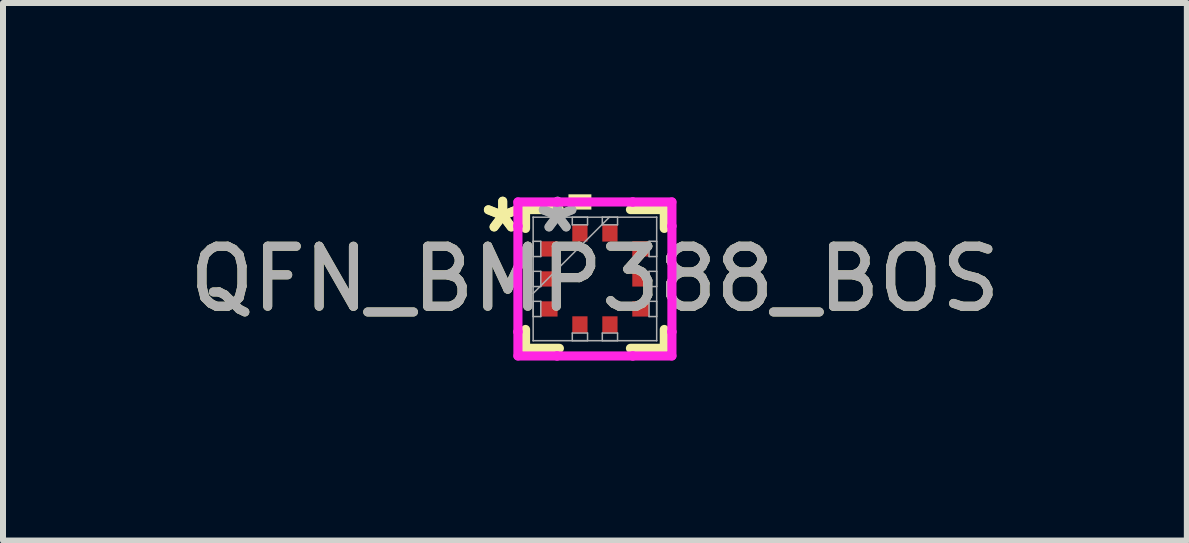
<source format=kicad_pcb>
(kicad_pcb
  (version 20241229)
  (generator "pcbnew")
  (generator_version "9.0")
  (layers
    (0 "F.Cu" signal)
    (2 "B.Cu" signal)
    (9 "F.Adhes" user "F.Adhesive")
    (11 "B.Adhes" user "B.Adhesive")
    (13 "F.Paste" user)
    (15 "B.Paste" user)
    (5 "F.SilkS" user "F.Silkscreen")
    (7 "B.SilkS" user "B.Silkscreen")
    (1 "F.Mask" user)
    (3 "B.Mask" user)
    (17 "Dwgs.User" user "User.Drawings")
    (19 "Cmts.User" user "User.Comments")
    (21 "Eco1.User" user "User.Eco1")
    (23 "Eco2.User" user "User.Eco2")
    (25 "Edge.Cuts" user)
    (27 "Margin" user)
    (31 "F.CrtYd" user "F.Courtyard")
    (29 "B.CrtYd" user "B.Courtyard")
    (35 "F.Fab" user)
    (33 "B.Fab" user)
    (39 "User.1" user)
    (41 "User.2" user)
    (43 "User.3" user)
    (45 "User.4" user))
  (footprint "QFN_BMP388_BOS"
    (layer "F.Cu")
    (at 6.863 1.598)
    (property "Reference" "QFN_BMP388_BOS" (at 0 0 0) (unlocked yes) (layer "F.SilkS") (effects (font (size 1 1) (thickness 0.15))))
    (attr smd)
    (fp_line (start -1.156 -1.156) (end -1.156 -0.842) (stroke (width 0.152) (type solid)) (layer "F.SilkS"))
    (fp_line (start -1.156 0.842) (end -1.156 1.156) (stroke (width 0.152) (type solid)) (layer "F.SilkS"))
    (fp_line (start -1.156 1.156) (end -0.592 1.156) (stroke (width 0.152) (type solid)) (layer "F.SilkS"))
    (fp_line (start -0.592 -1.156) (end -1.156 -1.156) (stroke (width 0.152) (type solid)) (layer "F.SilkS"))
    (fp_line (start 0.592 1.156) (end 1.156 1.156) (stroke (width 0.152) (type solid)) (layer "F.SilkS"))
    (fp_line (start 1.156 -1.156) (end 0.592 -1.156) (stroke (width 0.152) (type solid)) (layer "F.SilkS"))
    (fp_line (start 1.156 -0.842) (end 1.156 -1.156) (stroke (width 0.152) (type solid)) (layer "F.SilkS"))
    (fp_line (start 1.156 1.156) (end 1.156 0.842) (stroke (width 0.152) (type solid)) (layer "F.SilkS"))
    (fp_poly (pts (xy -0.441 -1.156) (xy -0.441 -1.41) (xy -0.059 -1.41) (xy -0.059 -1.156)) (stroke (width 0) (type solid)) (fill yes) (layer "F.SilkS"))
    (fp_line (start -1.283 -1.283) (end -0.631 -1.283) (stroke (width 0.152) (type solid)) (layer "F.CrtYd"))
    (fp_line (start -1.283 -0.881) (end -1.283 -1.283) (stroke (width 0.152) (type solid)) (layer "F.CrtYd"))
    (fp_line (start -1.283 -0.881) (end -1.283 -0.881) (stroke (width 0.152) (type solid)) (layer "F.CrtYd"))
    (fp_line (start -1.283 0.881) (end -1.283 -0.881) (stroke (width 0.152) (type solid)) (layer "F.CrtYd"))
    (fp_line (start -1.283 0.881) (end -1.283 0.881) (stroke (width 0.152) (type solid)) (layer "F.CrtYd"))
    (fp_line (start -1.283 1.283) (end -1.283 0.881) (stroke (width 0.152) (type solid)) (layer "F.CrtYd"))
    (fp_line (start -0.631 -1.283) (end -0.631 -1.283) (stroke (width 0.152) (type solid)) (layer "F.CrtYd"))
    (fp_line (start -0.631 -1.283) (end 0.631 -1.283) (stroke (width 0.152) (type solid)) (layer "F.CrtYd"))
    (fp_line (start -0.631 1.283) (end -1.283 1.283) (stroke (width 0.152) (type solid)) (layer "F.CrtYd"))
    (fp_line (start -0.631 1.283) (end -0.631 1.283) (stroke (width 0.152) (type solid)) (layer "F.CrtYd"))
    (fp_line (start 0.631 -1.283) (end 0.631 -1.283) (stroke (width 0.152) (type solid)) (layer "F.CrtYd"))
    (fp_line (start 0.631 -1.283) (end 1.283 -1.283) (stroke (width 0.152) (type solid)) (layer "F.CrtYd"))
    (fp_line (start 0.631 1.283) (end -0.631 1.283) (stroke (width 0.152) (type solid)) (layer "F.CrtYd"))
    (fp_line (start 0.631 1.283) (end 0.631 1.283) (stroke (width 0.152) (type solid)) (layer "F.CrtYd"))
    (fp_line (start 1.283 -1.283) (end 1.283 -0.881) (stroke (width 0.152) (type solid)) (layer "F.CrtYd"))
    (fp_line (start 1.283 -0.881) (end 1.283 -0.881) (stroke (width 0.152) (type solid)) (layer "F.CrtYd"))
    (fp_line (start 1.283 -0.881) (end 1.283 0.881) (stroke (width 0.152) (type solid)) (layer "F.CrtYd"))
    (fp_line (start 1.283 0.881) (end 1.283 0.881) (stroke (width 0.152) (type solid)) (layer "F.CrtYd"))
    (fp_line (start 1.283 0.881) (end 1.283 1.283) (stroke (width 0.152) (type solid)) (layer "F.CrtYd"))
    (fp_line (start 1.283 1.283) (end 0.631 1.283) (stroke (width 0.152) (type solid)) (layer "F.CrtYd"))
    (fp_line (start -1.029 -1.029) (end -1.029 -1.029) (stroke (width 0.025) (type solid)) (layer "F.Fab"))
    (fp_line (start -1.029 -1.029) (end -1.029 1.029) (stroke (width 0.025) (type solid)) (layer "F.Fab"))
    (fp_line (start -1.029 -0.627) (end -0.902 -0.627) (stroke (width 0.025) (type solid)) (layer "F.Fab"))
    (fp_line (start -1.029 -0.373) (end -1.029 -0.627) (stroke (width 0.025) (type solid)) (layer "F.Fab"))
    (fp_line (start -1.029 -0.127) (end -0.902 -0.127) (stroke (width 0.025) (type solid)) (layer "F.Fab"))
    (fp_line (start -1.029 0.127) (end -1.029 -0.127) (stroke (width 0.025) (type solid)) (layer "F.Fab"))
    (fp_line (start -1.029 0.241) (end 0.241 -1.029) (stroke (width 0.025) (type solid)) (layer "F.Fab"))
    (fp_line (start -1.029 0.373) (end -0.902 0.373) (stroke (width 0.025) (type solid)) (layer "F.Fab"))
    (fp_line (start -1.029 0.627) (end -1.029 0.373) (stroke (width 0.025) (type solid)) (layer "F.Fab"))
    (fp_line (start -1.029 1.029) (end -1.029 1.029) (stroke (width 0.025) (type solid)) (layer "F.Fab"))
    (fp_line (start -1.029 1.029) (end 1.029 1.029) (stroke (width 0.025) (type solid)) (layer "F.Fab"))
    (fp_line (start -0.902 -0.627) (end -0.902 -0.373) (stroke (width 0.025) (type solid)) (layer "F.Fab"))
    (fp_line (start -0.902 -0.373) (end -1.029 -0.373) (stroke (width 0.025) (type solid)) (layer "F.Fab"))
    (fp_line (start -0.902 -0.127) (end -0.902 0.127) (stroke (width 0.025) (type solid)) (layer "F.Fab"))
    (fp_line (start -0.902 0.127) (end -1.029 0.127) (stroke (width 0.025) (type solid)) (layer "F.Fab"))
    (fp_line (start -0.902 0.373) (end -0.902 0.627) (stroke (width 0.025) (type solid)) (layer "F.Fab"))
    (fp_line (start -0.902 0.627) (end -1.029 0.627) (stroke (width 0.025) (type solid)) (layer "F.Fab"))
    (fp_line (start -0.377 -1.029) (end -0.123 -1.029) (stroke (width 0.025) (type solid)) (layer "F.Fab"))
    (fp_line (start -0.377 -0.902) (end -0.377 -1.029) (stroke (width 0.025) (type solid)) (layer "F.Fab"))
    (fp_line (start -0.377 0.902) (end -0.123 0.902) (stroke (width 0.025) (type solid)) (layer "F.Fab"))
    (fp_line (start -0.377 1.029) (end -0.377 0.902) (stroke (width 0.025) (type solid)) (layer "F.Fab"))
    (fp_line (start -0.123 -1.029) (end -0.123 -0.902) (stroke (width 0.025) (type solid)) (layer "F.Fab"))
    (fp_line (start -0.123 -0.902) (end -0.377 -0.902) (stroke (width 0.025) (type solid)) (layer "F.Fab"))
    (fp_line (start -0.123 0.902) (end -0.123 1.029) (stroke (width 0.025) (type solid)) (layer "F.Fab"))
    (fp_line (start -0.123 1.029) (end -0.377 1.029) (stroke (width 0.025) (type solid)) (layer "F.Fab"))
    (fp_line (start 0.123 -1.029) (end 0.377 -1.029) (stroke (width 0.025) (type solid)) (layer "F.Fab"))
    (fp_line (start 0.123 -0.902) (end 0.123 -1.029) (stroke (width 0.025) (type solid)) (layer "F.Fab"))
    (fp_line (start 0.123 0.902) (end 0.377 0.902) (stroke (width 0.025) (type solid)) (layer "F.Fab"))
    (fp_line (start 0.123 1.029) (end 0.123 0.902) (stroke (width 0.025) (type solid)) (layer "F.Fab"))
    (fp_line (start 0.377 -1.029) (end 0.377 -0.902) (stroke (width 0.025) (type solid)) (layer "F.Fab"))
    (fp_line (start 0.377 -0.902) (end 0.123 -0.902) (stroke (width 0.025) (type solid)) (layer "F.Fab"))
    (fp_line (start 0.377 0.902) (end 0.377 1.029) (stroke (width 0.025) (type solid)) (layer "F.Fab"))
    (fp_line (start 0.377 1.029) (end 0.123 1.029) (stroke (width 0.025) (type solid)) (layer "F.Fab"))
    (fp_line (start 0.902 -0.627) (end 1.029 -0.627) (stroke (width 0.025) (type solid)) (layer "F.Fab"))
    (fp_line (start 0.902 -0.373) (end 0.902 -0.627) (stroke (width 0.025) (type solid)) (layer "F.Fab"))
    (fp_line (start 0.902 -0.127) (end 1.029 -0.127) (stroke (width 0.025) (type solid)) (layer "F.Fab"))
    (fp_line (start 0.902 0.127) (end 0.902 -0.127) (stroke (width 0.025) (type solid)) (layer "F.Fab"))
    (fp_line (start 0.902 0.373) (end 1.029 0.373) (stroke (width 0.025) (type solid)) (layer "F.Fab"))
    (fp_line (start 0.902 0.627) (end 0.902 0.373) (stroke (width 0.025) (type solid)) (layer "F.Fab"))
    (fp_line (start 1.029 -1.029) (end -1.029 -1.029) (stroke (width 0.025) (type solid)) (layer "F.Fab"))
    (fp_line (start 1.029 -1.029) (end 1.029 -1.029) (stroke (width 0.025) (type solid)) (layer "F.Fab"))
    (fp_line (start 1.029 -0.627) (end 1.029 -0.373) (stroke (width 0.025) (type solid)) (layer "F.Fab"))
    (fp_line (start 1.029 -0.373) (end 0.902 -0.373) (stroke (width 0.025) (type solid)) (layer "F.Fab"))
    (fp_line (start 1.029 -0.127) (end 1.029 0.127) (stroke (width 0.025) (type solid)) (layer "F.Fab"))
    (fp_line (start 1.029 0.127) (end 0.902 0.127) (stroke (width 0.025) (type solid)) (layer "F.Fab"))
    (fp_line (start 1.029 0.373) (end 1.029 0.627) (stroke (width 0.025) (type solid)) (layer "F.Fab"))
    (fp_line (start 1.029 0.627) (end 0.902 0.627) (stroke (width 0.025) (type solid)) (layer "F.Fab"))
    (fp_line (start 1.029 1.029) (end 1.029 -1.029) (stroke (width 0.025) (type solid)) (layer "F.Fab"))
    (fp_line (start 1.029 1.029) (end 1.029 1.029) (stroke (width 0.025) (type solid)) (layer "F.Fab"))
    (fp_text user "*" (at -1.537 -0.75 0) (unlocked yes) (layer "F.SilkS") (effects (font (size 1 1) (thickness 0.15))))
    (fp_text user "*" (at -1.537 -0.75 0) (layer "F.SilkS") (effects (font (size 1 1) (thickness 0.15))))
    (fp_text user "*" (at -0.622 -0.75 0) (layer "F.Fab") (effects (font (size 1 1) (thickness 0.15))))
    (fp_text user "*" (at -0.622 -0.75 0) (unlocked yes) (layer "F.Fab") (effects (font (size 1 1) (thickness 0.15))))
    (fp_text user "${REFERENCE}" (at 0 0 0) (unlocked yes) (layer "F.Fab") (effects (font (size 1 1) (thickness 0.15))))
    (pad "1" smd rect (at 0.25 -0.762) (size 0.254 0.279) (layers "F.Cu" "F.Mask" "F.Paste"))
    (pad "2" smd rect (at -0.25 -0.762) (size 0.254 0.279) (layers "F.Cu" "F.Mask" "F.Paste"))
    (pad "3" smd rect (at -0.762 -0.5 90) (size 0.254 0.279) (layers "F.Cu" "F.Mask" "F.Paste"))
    (pad "4" smd rect (at -0.762 0 90) (size 0.254 0.279) (layers "F.Cu" "F.Mask" "F.Paste"))
    (pad "5" smd rect (at -0.762 0.5 90) (size 0.254 0.279) (layers "F.Cu" "F.Mask" "F.Paste"))
    (pad "6" smd rect (at -0.25 0.762) (size 0.254 0.279) (layers "F.Cu" "F.Mask" "F.Paste"))
    (pad "7" smd rect (at 0.25 0.762) (size 0.254 0.279) (layers "F.Cu" "F.Mask" "F.Paste"))
    (pad "8" smd rect (at 0.762 0.5 90) (size 0.254 0.279) (layers "F.Cu" "F.Mask" "F.Paste"))
    (pad "9" smd rect (at 0.762 0 90) (size 0.254 0.279) (layers "F.Cu" "F.Mask" "F.Paste"))
    (pad "10" smd rect (at 0.762 -0.5 90) (size 0.254 0.279) (layers "F.Cu" "F.Mask" "F.Paste")))
  (gr_rect
    (start -3 -3)
    (end 16.726 5.957)
    (stroke (width 0.1) (type default))
    (fill no)
    (layer "Edge.Cuts")))
</source>
